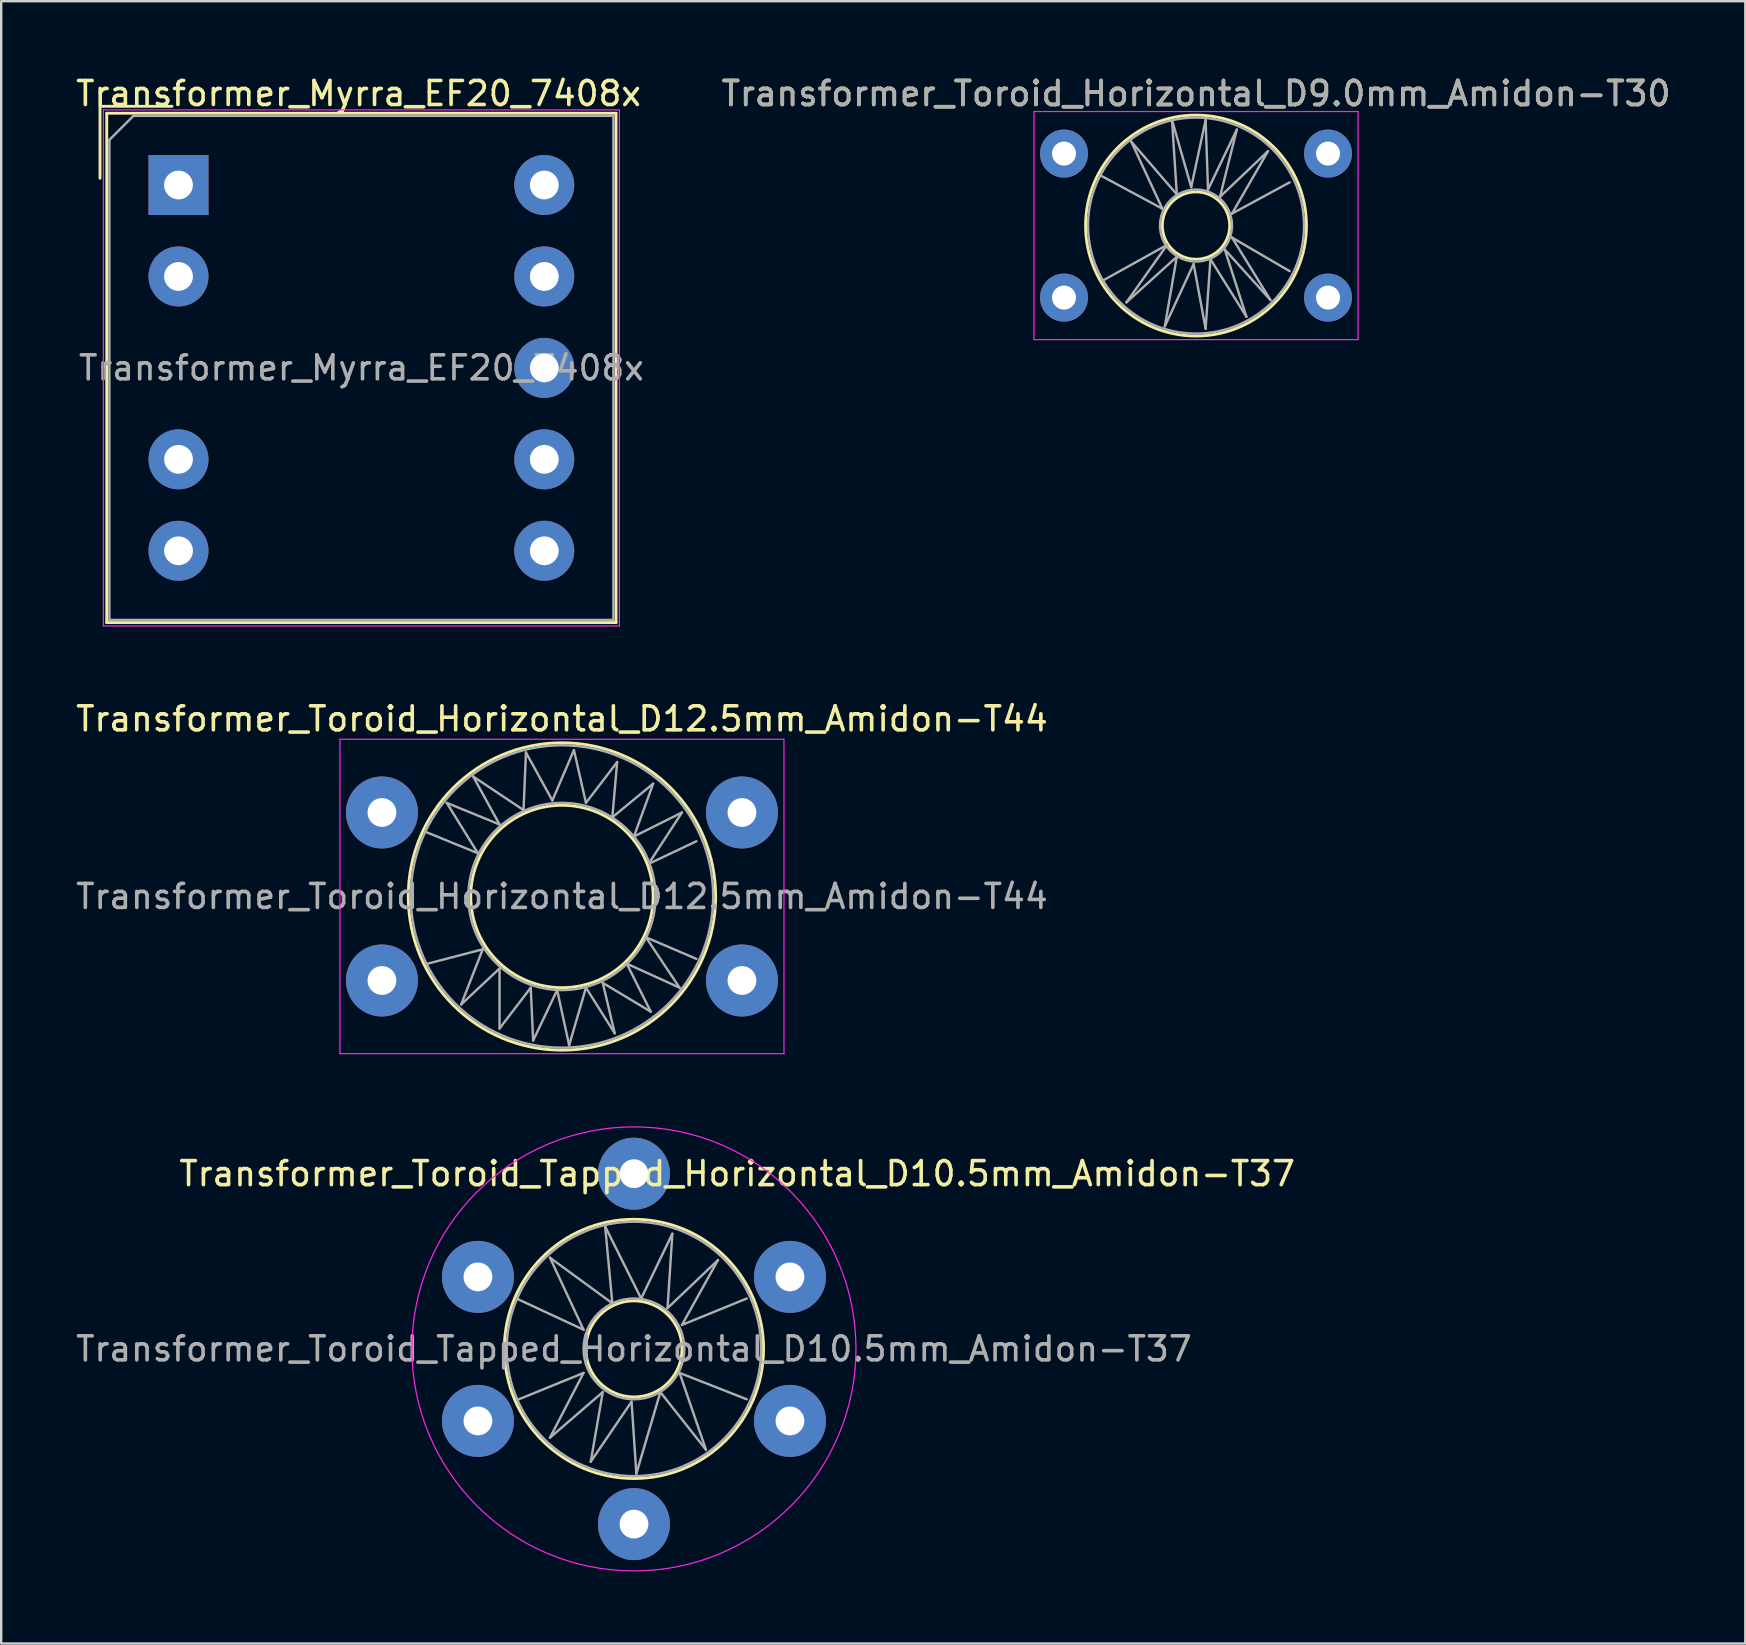
<source format=kicad_pcb>
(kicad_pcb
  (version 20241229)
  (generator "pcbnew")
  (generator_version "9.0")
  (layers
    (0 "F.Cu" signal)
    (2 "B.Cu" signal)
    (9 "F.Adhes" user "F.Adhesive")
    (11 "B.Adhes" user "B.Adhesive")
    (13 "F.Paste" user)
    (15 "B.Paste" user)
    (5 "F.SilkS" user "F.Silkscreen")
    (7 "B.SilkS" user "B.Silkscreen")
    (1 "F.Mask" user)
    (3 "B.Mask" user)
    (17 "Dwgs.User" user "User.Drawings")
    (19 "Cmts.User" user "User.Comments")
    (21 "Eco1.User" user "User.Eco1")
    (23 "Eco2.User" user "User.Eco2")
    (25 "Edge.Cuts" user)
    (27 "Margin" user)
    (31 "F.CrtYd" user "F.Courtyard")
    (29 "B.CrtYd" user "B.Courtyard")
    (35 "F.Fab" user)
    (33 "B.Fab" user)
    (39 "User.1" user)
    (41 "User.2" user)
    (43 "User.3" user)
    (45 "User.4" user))
  (footprint "Transformer_Myrra_EF20_7408x"
    (layer "F.Cu")
    (at 4.387 4.658)
    (property "Reference" "Transformer_Myrra_EF20_7408x" (at 7.5 -3.81 0) (layer "F.SilkS") (effects (font (size 1 1) (thickness 0.15))))
    (attr through_hole)
    (fp_line (start -3.27 -3.28) (end -3.27 -0.28) (stroke (width 0.12) (type solid)) (layer "F.SilkS"))
    (fp_line (start -2.99 -2.99) (end -2.99 18.23) (stroke (width 0.12) (type solid)) (layer "F.SilkS"))
    (fp_line (start -2.99 18.23) (end 18.23 18.23) (stroke (width 0.12) (type solid)) (layer "F.SilkS"))
    (fp_line (start -0.27 -3.28) (end -3.27 -3.28) (stroke (width 0.12) (type solid)) (layer "F.SilkS"))
    (fp_line (start 18.23 -2.99) (end -2.99 -2.99) (stroke (width 0.12) (type solid)) (layer "F.SilkS"))
    (fp_line (start 18.23 18.23) (end 18.23 -2.99) (stroke (width 0.12) (type solid)) (layer "F.SilkS"))
    (fp_line (start -3.13 -3.13) (end -3.13 18.37) (stroke (width 0.05) (type solid)) (layer "F.CrtYd"))
    (fp_line (start -3.13 18.37) (end 18.37 18.37) (stroke (width 0.05) (type solid)) (layer "F.CrtYd"))
    (fp_line (start 18.37 -3.13) (end -3.13 -3.13) (stroke (width 0.05) (type solid)) (layer "F.CrtYd"))
    (fp_line (start 18.37 18.37) (end 18.37 -3.13) (stroke (width 0.05) (type solid)) (layer "F.CrtYd"))
    (fp_line (start -2.88 18.12) (end -2.88 -1.88) (stroke (width 0.1) (type solid)) (layer "F.Fab"))
    (fp_line (start -1.88 -2.88) (end -2.88 -1.88) (stroke (width 0.1) (type solid)) (layer "F.Fab"))
    (fp_line (start -1.88 -2.88) (end 18.12 -2.88) (stroke (width 0.1) (type solid)) (layer "F.Fab"))
    (fp_line (start 18.12 -2.88) (end 18.12 18.12) (stroke (width 0.1) (type solid)) (layer "F.Fab"))
    (fp_line (start 18.12 18.12) (end -2.88 18.12) (stroke (width 0.1) (type solid)) (layer "F.Fab"))
    (fp_text user "${REFERENCE}" (at 7.62 7.62 0) (layer "F.Fab") (effects (font (size 1 1) (thickness 0.15))))
    (pad "1" thru_hole rect (at 0 0) (size 2.5 2.5) (drill 1.2) (layers "*.Cu" "*.Mask"))
    (pad "2" thru_hole circle (at 0 3.81) (size 2.5 2.5) (drill 1.2) (layers "*.Cu" "*.Mask"))
    (pad "4" thru_hole circle (at 0 11.43) (size 2.5 2.5) (drill 1.2) (layers "*.Cu" "*.Mask"))
    (pad "5" thru_hole circle (at 0 15.24) (size 2.5 2.5) (drill 1.2) (layers "*.Cu" "*.Mask"))
    (pad "6" thru_hole circle (at 15.24 15.24) (size 2.5 2.5) (drill 1.2) (layers "*.Cu" "*.Mask"))
    (pad "7" thru_hole circle (at 15.24 11.43) (size 2.5 2.5) (drill 1.2) (layers "*.Cu" "*.Mask"))
    (pad "8" thru_hole circle (at 15.24 7.62) (size 2.5 2.5) (drill 1.2) (layers "*.Cu" "*.Mask"))
    (pad "9" thru_hole circle (at 15.24 3.81) (size 2.5 2.5) (drill 1.2) (layers "*.Cu" "*.Mask"))
    (pad "10" thru_hole circle (at 15.24 0) (size 2.5 2.5) (drill 1.2) (layers "*.Cu" "*.Mask")))
  (footprint "Transformer_Toroid_Horizontal_D12.5mm_Amidon-T44"
    (layer "F.Cu")
    (at 12.863 37.801)
    (property "Reference" "Transformer_Toroid_Horizontal_D12.5mm_Amidon-T44" (at 7.5 -10.9 0) (layer "F.SilkS") (effects (font (size 1 1) (thickness 0.15))))
    (attr through_hole)
    (fp_circle (center 7.5 -3.5) (end 11.3 -3.5) (stroke (width 0.12) (type solid)) (fill no) (layer "F.SilkS"))
    (fp_circle (center 7.5 -3.5) (end 13.9 -3.7) (stroke (width 0.12) (type solid)) (fill no) (layer "F.SilkS"))
    (fp_line (start -1.75 -10.05) (end -1.75 3.05) (stroke (width 0.05) (type solid)) (layer "F.CrtYd"))
    (fp_line (start -1.75 -10.05) (end 16.75 -10.05) (stroke (width 0.05) (type solid)) (layer "F.CrtYd"))
    (fp_line (start 16.75 3.05) (end -1.75 3.05) (stroke (width 0.05) (type solid)) (layer "F.CrtYd"))
    (fp_line (start 16.75 3.05) (end 16.75 -10.05) (stroke (width 0.05) (type solid)) (layer "F.CrtYd"))
    (fp_line (start 1.8 -6.2) (end 4 -5.3) (stroke (width 0.1) (type solid)) (layer "F.Fab"))
    (fp_line (start 1.9 -0.7) (end 4.2 -1.3) (stroke (width 0.1) (type solid)) (layer "F.Fab"))
    (fp_line (start 2.7 -7.4) (end 4.9 -6.5) (stroke (width 0.1) (type solid)) (layer "F.Fab"))
    (fp_line (start 3.3 1) (end 4.9 -0.5) (stroke (width 0.1) (type solid)) (layer "F.Fab"))
    (fp_line (start 3.8 -8.5) (end 5.9 -7.1) (stroke (width 0.1) (type solid)) (layer "F.Fab"))
    (fp_line (start 4 -5.3) (end 2.7 -7.4) (stroke (width 0.1) (type solid)) (layer "F.Fab"))
    (fp_line (start 4.2 -1.3) (end 3.3 1) (stroke (width 0.1) (type solid)) (layer "F.Fab"))
    (fp_line (start 4.9 -6.5) (end 3.8 -8.5) (stroke (width 0.1) (type solid)) (layer "F.Fab"))
    (fp_line (start 4.9 -0.5) (end 4.9 2) (stroke (width 0.1) (type solid)) (layer "F.Fab"))
    (fp_line (start 4.9 2) (end 6.2 0.3) (stroke (width 0.1) (type solid)) (layer "F.Fab"))
    (fp_line (start 5.9 -7.1) (end 6 -9.5) (stroke (width 0.1) (type solid)) (layer "F.Fab"))
    (fp_line (start 6 -9.5) (end 7.1 -7.5) (stroke (width 0.1) (type solid)) (layer "F.Fab"))
    (fp_line (start 6.2 0.3) (end 6.3 2.5) (stroke (width 0.1) (type solid)) (layer "F.Fab"))
    (fp_line (start 6.3 2.5) (end 7.3 0.4) (stroke (width 0.1) (type solid)) (layer "F.Fab"))
    (fp_line (start 7.1 -7.5) (end 8 -9.6) (stroke (width 0.1) (type solid)) (layer "F.Fab"))
    (fp_line (start 7.3 0.4) (end 7.8 2.7) (stroke (width 0.1) (type solid)) (layer "F.Fab"))
    (fp_line (start 7.8 2.7) (end 8.5 0.3) (stroke (width 0.1) (type solid)) (layer "F.Fab"))
    (fp_line (start 8 -9.6) (end 8.5 -7.4) (stroke (width 0.1) (type solid)) (layer "F.Fab"))
    (fp_line (start 8.5 -7.4) (end 9.8 -9.1) (stroke (width 0.1) (type solid)) (layer "F.Fab"))
    (fp_line (start 8.5 0.3) (end 9.7 2.2) (stroke (width 0.1) (type solid)) (layer "F.Fab"))
    (fp_line (start 9.2 0.1) (end 11.2 1.3) (stroke (width 0.1) (type solid)) (layer "F.Fab"))
    (fp_line (start 9.6 -6.8) (end 11.3 -8.2) (stroke (width 0.1) (type solid)) (layer "F.Fab"))
    (fp_line (start 9.7 2.2) (end 9.2 0.1) (stroke (width 0.1) (type solid)) (layer "F.Fab"))
    (fp_line (start 9.8 -9.1) (end 9.6 -6.8) (stroke (width 0.1) (type solid)) (layer "F.Fab"))
    (fp_line (start 10.2 -0.7) (end 12.4 0.3) (stroke (width 0.1) (type solid)) (layer "F.Fab"))
    (fp_line (start 10.5 -6) (end 12.5 -7) (stroke (width 0.1) (type solid)) (layer "F.Fab"))
    (fp_line (start 11 -1.8) (end 13.1 -0.9) (stroke (width 0.1) (type solid)) (layer "F.Fab"))
    (fp_line (start 11.2 -4.9) (end 13.1 -5.8) (stroke (width 0.1) (type solid)) (layer "F.Fab"))
    (fp_line (start 11.2 1.3) (end 10.2 -0.7) (stroke (width 0.1) (type solid)) (layer "F.Fab"))
    (fp_line (start 11.3 -8.2) (end 10.5 -6) (stroke (width 0.1) (type solid)) (layer "F.Fab"))
    (fp_line (start 12.4 0.3) (end 11 -1.8) (stroke (width 0.1) (type solid)) (layer "F.Fab"))
    (fp_line (start 12.5 -7) (end 11.2 -5) (stroke (width 0.1) (type solid)) (layer "F.Fab"))
    (fp_circle (center 7.5 -3.5) (end 11.4 -3.5) (stroke (width 0.1) (type solid)) (fill no) (layer "F.Fab"))
    (fp_circle (center 7.5 -3.5) (end 13.8 -3.5) (stroke (width 0.1) (type solid)) (fill no) (layer "F.Fab"))
    (fp_text user "${REFERENCE}" (at 7.5 -3.5 0) (layer "F.Fab") (effects (font (size 1 1) (thickness 0.15))))
    (pad "1" thru_hole circle (at 0 0) (size 3 3) (drill 1.2) (layers "*.Cu" "*.Mask"))
    (pad "2" thru_hole circle (at 15 0) (size 3 3) (drill 1.2) (layers "*.Cu" "*.Mask"))
    (pad "3" thru_hole circle (at 0 -7) (size 3 3) (drill 1.2) (layers "*.Cu" "*.Mask"))
    (pad "4" thru_hole circle (at 15 -7) (size 3 3) (drill 1.2) (layers "*.Cu" "*.Mask")))
  (footprint "Transformer_Toroid_Horizontal_D9.0mm_Amidon-T30"
    (layer "F.Cu")
    (at 41.281 9.348)
    (property "Reference" "Transformer_Toroid_Horizontal_D9.0mm_Amidon-T30" (at 5.5 -8.5 0) (layer "F.SilkS") (effects (font (size 1 1) (thickness 0.15))))
    (attr through_hole)
    (fp_circle (center 5.5 -3) (end 6.9 -3.1) (stroke (width 0.12) (type solid)) (fill no) (layer "F.SilkS"))
    (fp_circle (center 5.5 -3) (end 10.1 -3.1) (stroke (width 0.12) (type solid)) (fill no) (layer "F.SilkS"))
    (fp_line (start -1.25 -7.75) (end -1.25 1.75) (stroke (width 0.05) (type solid)) (layer "F.CrtYd"))
    (fp_line (start -1.25 -7.75) (end 12.25 -7.75) (stroke (width 0.05) (type solid)) (layer "F.CrtYd"))
    (fp_line (start 12.25 1.75) (end -1.25 1.75) (stroke (width 0.05) (type solid)) (layer "F.CrtYd"))
    (fp_line (start 12.25 1.75) (end 12.25 -7.75) (stroke (width 0.05) (type solid)) (layer "F.CrtYd"))
    (fp_line (start 1.5 -5.1) (end 4.1 -3.7) (stroke (width 0.1) (type solid)) (layer "F.Fab"))
    (fp_line (start 1.6 -0.7) (end 4.3 -2.2) (stroke (width 0.1) (type solid)) (layer "F.Fab"))
    (fp_line (start 2.6 0.2) (end 4.7 -1.7) (stroke (width 0.1) (type solid)) (layer "F.Fab"))
    (fp_line (start 2.8 -6.5) (end 4.7 -4.3) (stroke (width 0.1) (type solid)) (layer "F.Fab"))
    (fp_line (start 4.1 -3.7) (end 2.8 -6.5) (stroke (width 0.1) (type solid)) (layer "F.Fab"))
    (fp_line (start 4.2 1.2) (end 5.4 -1.4) (stroke (width 0.1) (type solid)) (layer "F.Fab"))
    (fp_line (start 4.3 -2.2) (end 2.6 0.2) (stroke (width 0.1) (type solid)) (layer "F.Fab"))
    (fp_line (start 4.5 -7.4) (end 5.3 -4.6) (stroke (width 0.1) (type solid)) (layer "F.Fab"))
    (fp_line (start 4.7 -4.3) (end 4.5 -7.4) (stroke (width 0.1) (type solid)) (layer "F.Fab"))
    (fp_line (start 4.7 -1.7) (end 4.2 1.2) (stroke (width 0.1) (type solid)) (layer "F.Fab"))
    (fp_line (start 5.3 -4.6) (end 5.9 -7.4) (stroke (width 0.1) (type solid)) (layer "F.Fab"))
    (fp_line (start 5.4 -1.4) (end 5.9 1.3) (stroke (width 0.1) (type solid)) (layer "F.Fab"))
    (fp_line (start 5.9 -7.4) (end 6 -4.5) (stroke (width 0.1) (type solid)) (layer "F.Fab"))
    (fp_line (start 5.9 1.3) (end 6.1 -1.6) (stroke (width 0.1) (type solid)) (layer "F.Fab"))
    (fp_line (start 6 -4.5) (end 7.2 -7) (stroke (width 0.1) (type solid)) (layer "F.Fab"))
    (fp_line (start 6.1 -1.6) (end 7.6 0.8) (stroke (width 0.1) (type solid)) (layer "F.Fab"))
    (fp_line (start 6.5 -4.2) (end 8.5 -6.1) (stroke (width 0.1) (type solid)) (layer "F.Fab"))
    (fp_line (start 6.7 -2) (end 8.6 0.1) (stroke (width 0.1) (type solid)) (layer "F.Fab"))
    (fp_line (start 7 -3.5) (end 9.4 -4.8) (stroke (width 0.1) (type solid)) (layer "F.Fab"))
    (fp_line (start 7 -2.5) (end 9.4 -1.1) (stroke (width 0.1) (type solid)) (layer "F.Fab"))
    (fp_line (start 7.2 -7) (end 6.5 -4.2) (stroke (width 0.1) (type solid)) (layer "F.Fab"))
    (fp_line (start 7.6 0.8) (end 6.7 -2) (stroke (width 0.1) (type solid)) (layer "F.Fab"))
    (fp_line (start 8.5 -6.1) (end 7 -3.5) (stroke (width 0.1) (type solid)) (layer "F.Fab"))
    (fp_line (start 8.6 0.1) (end 7 -2.5) (stroke (width 0.1) (type solid)) (layer "F.Fab"))
    (fp_circle (center 5.5 -3) (end 7 -3) (stroke (width 0.1) (type solid)) (fill no) (layer "F.Fab"))
    (fp_circle (center 5.5 -3) (end 10 -3) (stroke (width 0.1) (type solid)) (fill no) (layer "F.Fab"))
    (fp_text user "${REFERENCE}" (at 5.5 -8.5 0) (layer "F.Fab") (effects (font (size 1 1) (thickness 0.15))))
    (pad "1" thru_hole circle (at 0 0) (size 2 2) (drill 1) (layers "*.Cu" "*.Mask"))
    (pad "2" thru_hole circle (at 11 0) (size 2 2) (drill 1) (layers "*.Cu" "*.Mask"))
    (pad "3" thru_hole circle (at 0 -6) (size 2 2) (drill 1) (layers "*.Cu" "*.Mask"))
    (pad "4" thru_hole circle (at 11 -6) (size 2 2) (drill 1) (layers "*.Cu" "*.Mask")))
  (footprint "Transformer_Toroid_Tapped_Horizontal_D10.5mm_Amidon-T37"
    (layer "F.Cu")
    (at 16.863 56.151)
    (property "Reference" "Transformer_Toroid_Tapped_Horizontal_D10.5mm_Amidon-T37" (at 10.8 -10.3 0) (layer "F.SilkS") (effects (font (size 1 1) (thickness 0.15))))
    (attr through_hole)
    (fp_circle (center 6.5 -3) (end 8.5 -3.1) (stroke (width 0.12) (type solid)) (fill no) (layer "F.SilkS"))
    (fp_circle (center 6.5 -3) (end 11.9 -3) (stroke (width 0.12) (type solid)) (fill no) (layer "F.SilkS"))
    (fp_circle (center 6.5 -3) (end 6.5 -12.25) (stroke (width 0.05) (type solid)) (fill no) (layer "F.CrtYd"))
    (fp_line (start 1.6 -5.1) (end 4.4 -3.8) (stroke (width 0.1) (type solid)) (layer "F.Fab"))
    (fp_line (start 1.7 -0.9) (end 4.4 -2) (stroke (width 0.1) (type solid)) (layer "F.Fab"))
    (fp_line (start 3 -6.8) (end 5.6 -4.9) (stroke (width 0.1) (type solid)) (layer "F.Fab"))
    (fp_line (start 3 0.7) (end 5.2 -1.2) (stroke (width 0.1) (type solid)) (layer "F.Fab"))
    (fp_line (start 4.4 -3.8) (end 3 -6.8) (stroke (width 0.1) (type solid)) (layer "F.Fab"))
    (fp_line (start 4.4 -2) (end 3 0.7) (stroke (width 0.1) (type solid)) (layer "F.Fab"))
    (fp_line (start 4.7 1.7) (end 6.4 -0.8) (stroke (width 0.1) (type solid)) (layer "F.Fab"))
    (fp_line (start 5.2 -1.2) (end 4.7 1.7) (stroke (width 0.1) (type solid)) (layer "F.Fab"))
    (fp_line (start 5.3 -8.1) (end 6.8 -5.1) (stroke (width 0.1) (type solid)) (layer "F.Fab"))
    (fp_line (start 5.6 -4.9) (end 5.3 -8.1) (stroke (width 0.1) (type solid)) (layer "F.Fab"))
    (fp_line (start 6.4 -0.8) (end 6.6 2.2) (stroke (width 0.1) (type solid)) (layer "F.Fab"))
    (fp_line (start 6.6 2.2) (end 7.6 -1.2) (stroke (width 0.1) (type solid)) (layer "F.Fab"))
    (fp_line (start 6.8 -5.1) (end 8.1 -7.8) (stroke (width 0.1) (type solid)) (layer "F.Fab"))
    (fp_line (start 7.6 -1.2) (end 9.5 1.2) (stroke (width 0.1) (type solid)) (layer "F.Fab"))
    (fp_line (start 7.9 -4.7) (end 10 -6.7) (stroke (width 0.1) (type solid)) (layer "F.Fab"))
    (fp_line (start 8.1 -7.8) (end 7.9 -4.7) (stroke (width 0.1) (type solid)) (layer "F.Fab"))
    (fp_line (start 8.4 -2) (end 11.2 -0.9) (stroke (width 0.1) (type solid)) (layer "F.Fab"))
    (fp_line (start 8.5 -4) (end 11.2 -5.1) (stroke (width 0.1) (type solid)) (layer "F.Fab"))
    (fp_line (start 9.5 1.2) (end 8.4 -2) (stroke (width 0.1) (type solid)) (layer "F.Fab"))
    (fp_line (start 10 -6.7) (end 8.5 -4) (stroke (width 0.1) (type solid)) (layer "F.Fab"))
    (fp_circle (center 6.5 -3) (end 8.6 -3) (stroke (width 0.1) (type solid)) (fill no) (layer "F.Fab"))
    (fp_circle (center 6.5 -3) (end 11.8 -3) (stroke (width 0.1) (type solid)) (fill no) (layer "F.Fab"))
    (fp_text user "${REFERENCE}" (at 6.5 -3 0) (layer "F.Fab") (effects (font (size 1 1) (thickness 0.15))))
    (pad "1" thru_hole circle (at 0 0) (size 3 3) (drill 1.2) (layers "*.Cu" "*.Mask"))
    (pad "2" thru_hole circle (at 6.5 4.3) (size 3 3) (drill 1.2) (layers "*.Cu" "*.Mask"))
    (pad "3" thru_hole circle (at 13 0) (size 3 3) (drill 1.2) (layers "*.Cu" "*.Mask"))
    (pad "4" thru_hole circle (at 0 -6) (size 3 3) (drill 1.2) (layers "*.Cu" "*.Mask"))
    (pad "5" thru_hole circle (at 6.5 -10.3) (size 3 3) (drill 1.2) (layers "*.Cu" "*.Mask"))
    (pad "6" thru_hole circle (at 13 -6) (size 3 3) (drill 1.2) (layers "*.Cu" "*.Mask")))
  (gr_rect
    (start -3 -3)
    (end 69.668 65.427)
    (stroke (width 0.1) (type default))
    (fill no)
    (layer "Edge.Cuts")))
</source>
